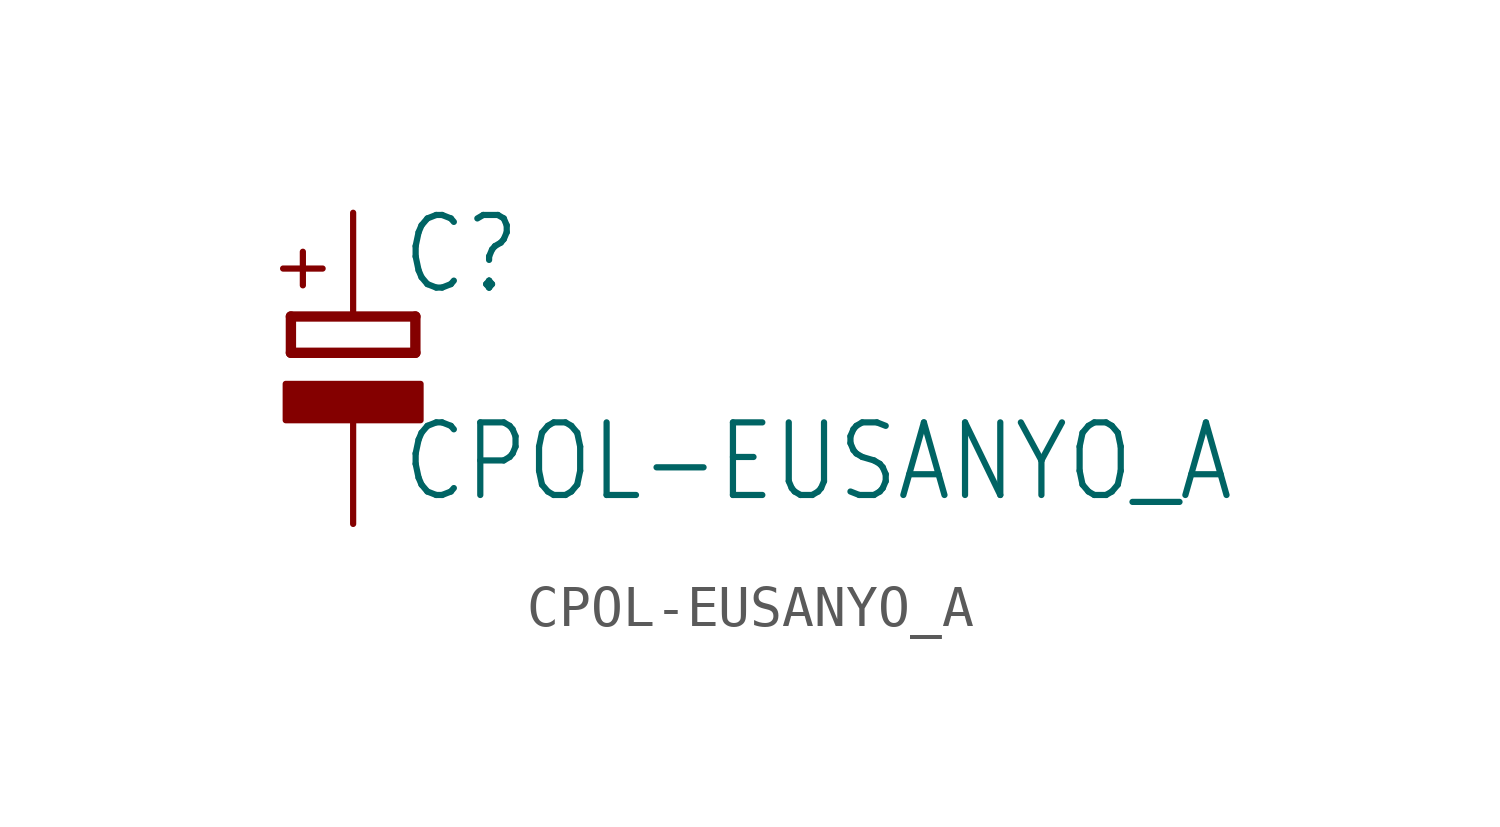
<source format=kicad_sym>
(kicad_symbol_lib
  (version 20220914)
  (generator kicad_symbol_editor)
  (symbol "CPOL-EUSANYO_A"
    (property "Reference" "C"
      (at 1.143 0.483 0)
      (effects (font (size 1.778 1.511)) (justify left bottom)))
    (property "Value" "CPOL-EUSANYO_A"
      (at 1.143 -4.597 0)
      (effects (font (size 1.778 1.511)) (justify left bottom)))
    (property "ki_locked" ""
      (at 0 0 0)
      (effects (font (size 1.27 1.27))))
    (symbol "CPOL-EUSANYO_A_1_0"
      (rectangle (start -1.651 -2.54) (end 1.651 -1.651) (stroke (width 0) (type default)) (fill (type outline)))
      (polyline (pts (xy -1.524 -0.889) (xy 1.524 -0.889)) (stroke (width 0.254) (type default)) (fill (type none)))
      (polyline (pts (xy -1.524 0) (xy -1.524 -0.889)) (stroke (width 0.254) (type default)) (fill (type none)))
      (polyline (pts (xy -1.524 0) (xy 1.524 0)) (stroke (width 0.254) (type default)) (fill (type none)))
      (polyline (pts (xy 1.524 -0.889) (xy 1.524 0)) (stroke (width 0.254) (type default)) (fill (type none)))
      (text "+" (at -0.584 0.406 900) (effects (font (size 1.27 1.079)) (justify left bottom)))
      (pin passive line (at 0 2.54 270) (length 2.54) (name "+" (effects (font (size 0 0)))) (number "+" (effects (font (size 0 0)))))
      (pin passive line (at 0 -5.08 90) (length 2.54) (name "-" (effects (font (size 0 0)))) (number "-" (effects (font (size 0 0))))))))
</source>
